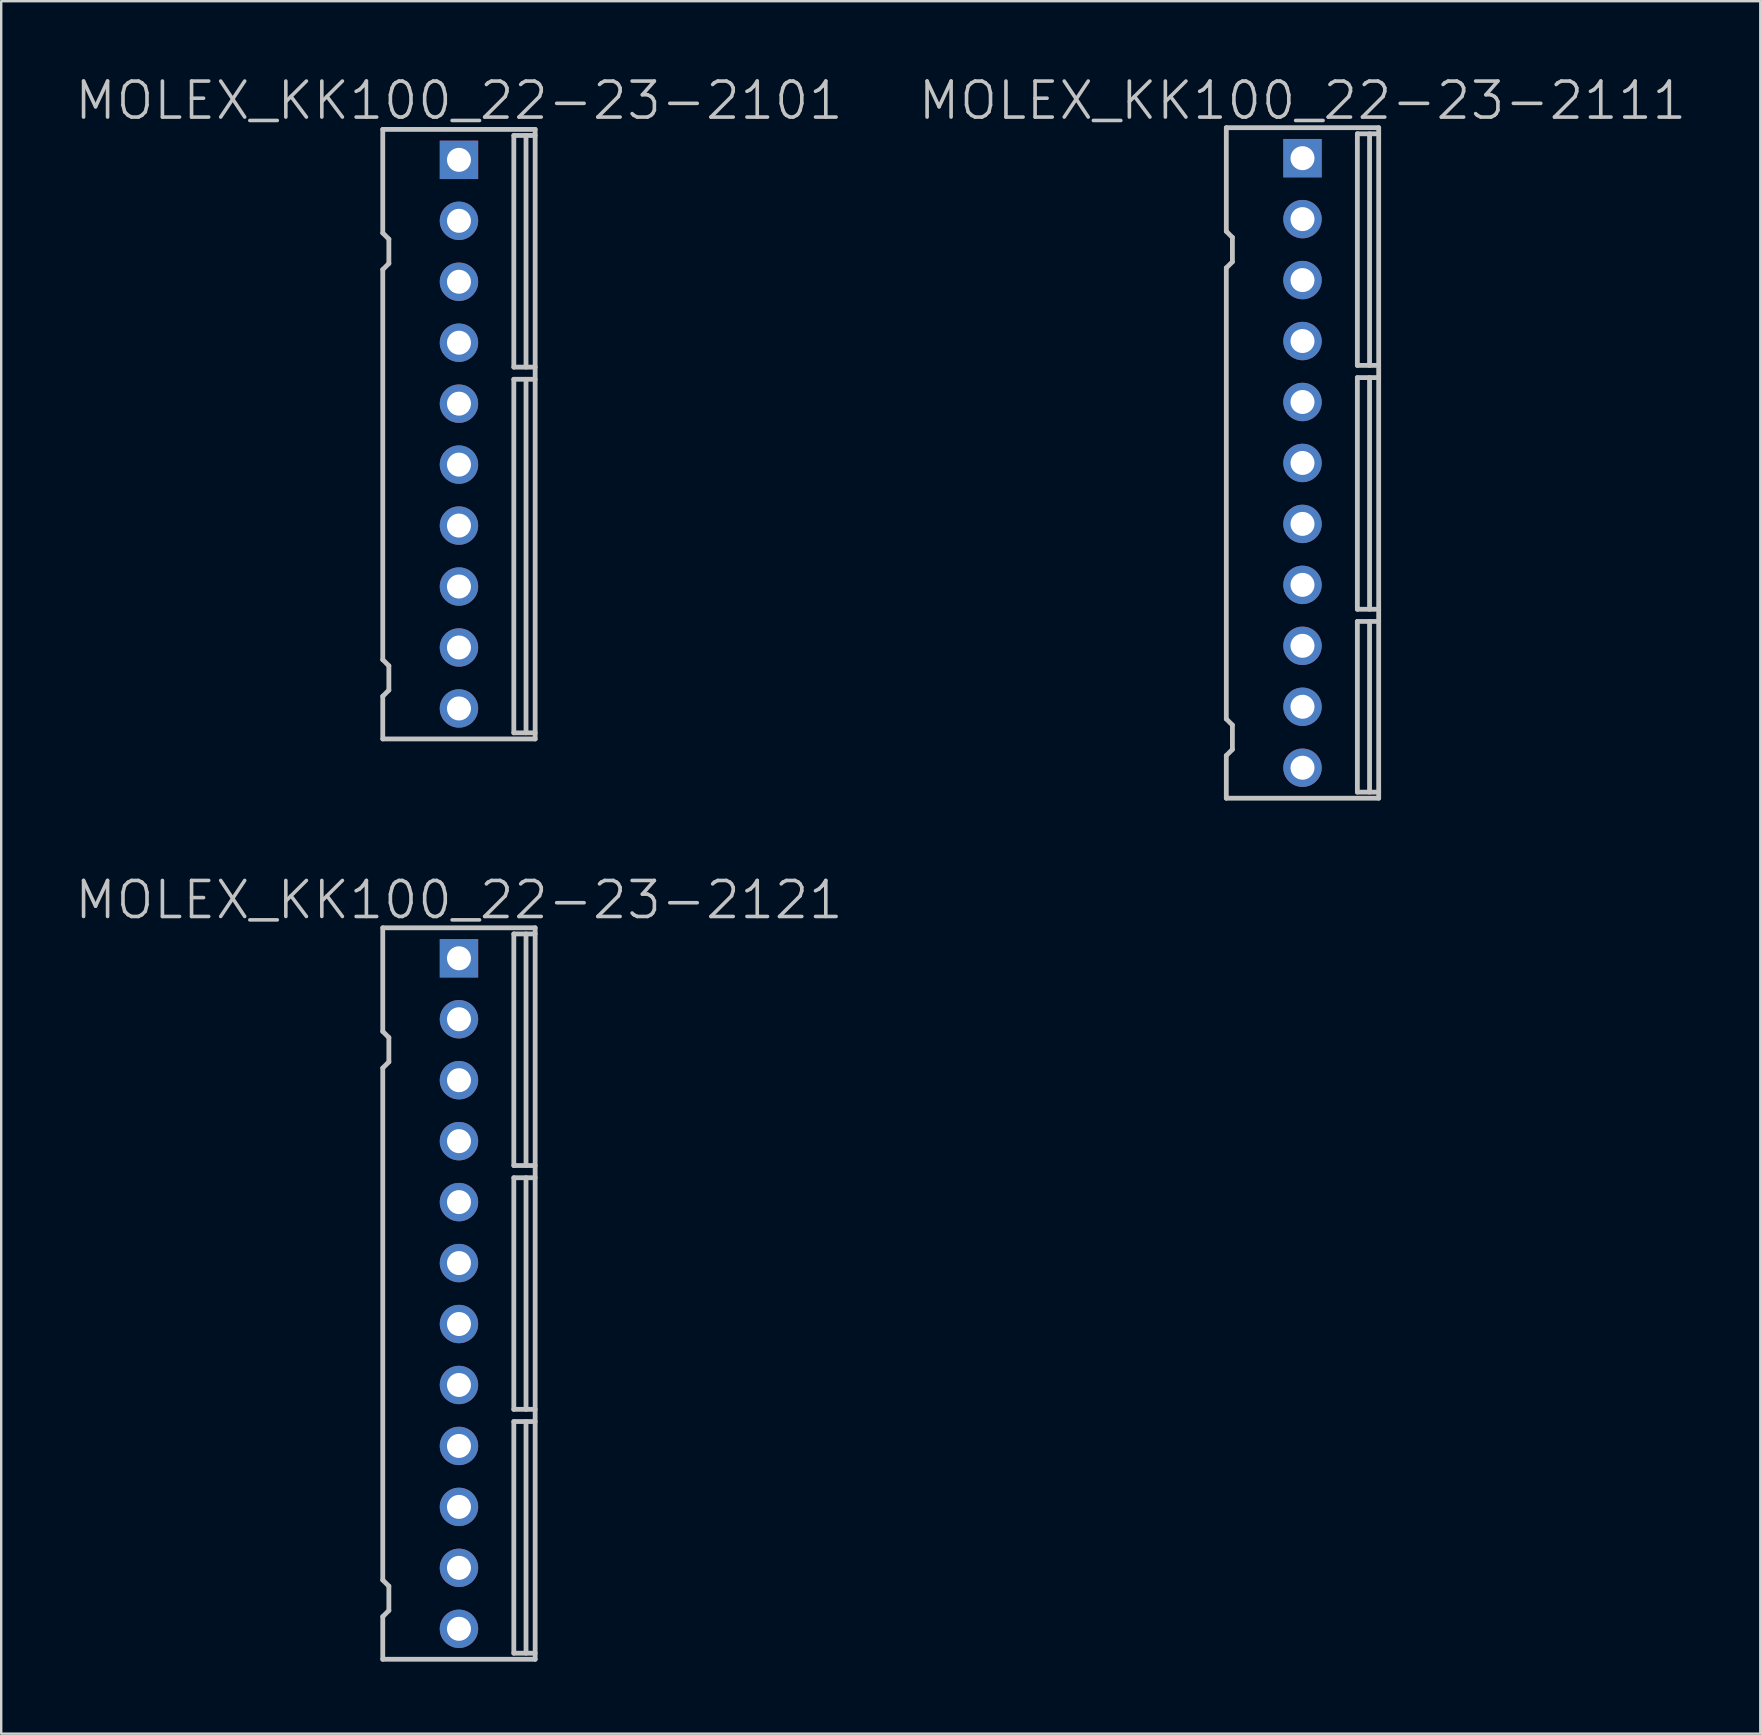
<source format=kicad_pcb>
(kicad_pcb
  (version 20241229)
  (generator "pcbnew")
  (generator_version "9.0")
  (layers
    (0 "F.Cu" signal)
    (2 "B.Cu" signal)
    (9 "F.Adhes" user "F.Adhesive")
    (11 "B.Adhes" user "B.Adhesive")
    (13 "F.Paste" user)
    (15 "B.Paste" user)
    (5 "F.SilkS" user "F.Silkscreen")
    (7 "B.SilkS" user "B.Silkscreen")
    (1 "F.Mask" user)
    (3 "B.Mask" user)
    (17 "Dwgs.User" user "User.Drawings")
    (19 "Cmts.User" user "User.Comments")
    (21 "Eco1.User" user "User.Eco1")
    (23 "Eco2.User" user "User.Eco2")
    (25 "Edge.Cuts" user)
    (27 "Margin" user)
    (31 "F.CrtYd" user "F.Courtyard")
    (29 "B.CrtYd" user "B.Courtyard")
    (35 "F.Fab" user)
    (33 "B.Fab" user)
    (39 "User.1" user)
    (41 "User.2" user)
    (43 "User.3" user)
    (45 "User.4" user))
  (footprint "MOLEX_KK100_22-23-2121"
    (layer "F.Cu")
    (at 16.075 50.852)
    (property "Reference" "MOLEX_KK100_22-23-2121" (at 0 -16.4 180) (layer "Dwgs.User") (effects (font (size 1.5 1.5) (thickness 0.15))))
    (attr through_hole)
    (fp_line (start -3.175 -15.24) (end 3.175 -15.24) (stroke (width 0.2) (type solid)) (layer "Dwgs.User"))
    (fp_line (start -3.175 -10.922) (end -3.175 -15.24) (stroke (width 0.2) (type solid)) (layer "Dwgs.User"))
    (fp_line (start -3.175 -9.398) (end -3.175 11.938) (stroke (width 0.2) (type solid)) (layer "Dwgs.User"))
    (fp_line (start -3.175 13.462) (end -3.175 15.24) (stroke (width 0.2) (type solid)) (layer "Dwgs.User"))
    (fp_line (start -2.921 -10.668) (end -3.175 -10.922) (stroke (width 0.2) (type solid)) (layer "Dwgs.User"))
    (fp_line (start -2.921 -10.668) (end -2.921 -9.652) (stroke (width 0.2) (type solid)) (layer "Dwgs.User"))
    (fp_line (start -2.921 -9.652) (end -3.175 -9.398) (stroke (width 0.2) (type solid)) (layer "Dwgs.User"))
    (fp_line (start -2.921 12.192) (end -3.175 11.938) (stroke (width 0.2) (type solid)) (layer "Dwgs.User"))
    (fp_line (start -2.921 12.192) (end -2.921 13.208) (stroke (width 0.2) (type solid)) (layer "Dwgs.User"))
    (fp_line (start -2.921 13.208) (end -3.175 13.462) (stroke (width 0.2) (type solid)) (layer "Dwgs.User"))
    (fp_line (start 2.286 -14.986) (end 3.175 -14.986) (stroke (width 0.2) (type solid)) (layer "Dwgs.User"))
    (fp_line (start 2.286 -5.334) (end 2.286 -14.986) (stroke (width 0.2) (type solid)) (layer "Dwgs.User"))
    (fp_line (start 2.286 -5.334) (end 3.175 -5.334) (stroke (width 0.2) (type solid)) (layer "Dwgs.User"))
    (fp_line (start 2.286 -4.826) (end 2.286 4.826) (stroke (width 0.2) (type solid)) (layer "Dwgs.User"))
    (fp_line (start 2.286 -4.826) (end 3.175 -4.826) (stroke (width 0.2) (type solid)) (layer "Dwgs.User"))
    (fp_line (start 2.286 4.826) (end 3.175 4.826) (stroke (width 0.2) (type solid)) (layer "Dwgs.User"))
    (fp_line (start 2.286 5.334) (end 2.286 14.986) (stroke (width 0.2) (type solid)) (layer "Dwgs.User"))
    (fp_line (start 2.286 5.334) (end 3.175 5.334) (stroke (width 0.2) (type solid)) (layer "Dwgs.User"))
    (fp_line (start 2.286 14.986) (end 3.175 14.986) (stroke (width 0.2) (type solid)) (layer "Dwgs.User"))
    (fp_line (start 2.794 -5.334) (end 2.794 -14.986) (stroke (width 0.2) (type solid)) (layer "Dwgs.User"))
    (fp_line (start 2.794 -4.826) (end 2.794 4.826) (stroke (width 0.2) (type solid)) (layer "Dwgs.User"))
    (fp_line (start 2.794 5.334) (end 2.794 14.986) (stroke (width 0.2) (type solid)) (layer "Dwgs.User"))
    (fp_line (start 3.175 15.24) (end -3.175 15.24) (stroke (width 0.2) (type solid)) (layer "Dwgs.User"))
    (fp_line (start 3.175 15.24) (end 3.175 -15.24) (stroke (width 0.2) (type solid)) (layer "Dwgs.User"))
    (pad "1" thru_hole rect (at 0 -13.97) (size 1.6 1.6) (drill 1) (layers "*.Cu" "*.Mask"))
    (pad "2" thru_hole circle (at 0 -11.43) (size 1.6 1.6) (drill 1) (layers "*.Cu" "*.Mask"))
    (pad "3" thru_hole circle (at 0 -8.89) (size 1.6 1.6) (drill 1) (layers "*.Cu" "*.Mask"))
    (pad "4" thru_hole circle (at 0 -6.35) (size 1.6 1.6) (drill 1) (layers "*.Cu" "*.Mask"))
    (pad "5" thru_hole circle (at 0 -3.81) (size 1.6 1.6) (drill 1) (layers "*.Cu" "*.Mask"))
    (pad "6" thru_hole circle (at 0 -1.27) (size 1.6 1.6) (drill 1) (layers "*.Cu" "*.Mask"))
    (pad "7" thru_hole circle (at 0 1.27) (size 1.6 1.6) (drill 1) (layers "*.Cu" "*.Mask"))
    (pad "8" thru_hole circle (at 0 3.81) (size 1.6 1.6) (drill 1) (layers "*.Cu" "*.Mask"))
    (pad "9" thru_hole circle (at 0 6.35) (size 1.6 1.6) (drill 1) (layers "*.Cu" "*.Mask"))
    (pad "10" thru_hole circle (at 0 8.89) (size 1.6 1.6) (drill 1) (layers "*.Cu" "*.Mask"))
    (pad "11" thru_hole circle (at 0 11.43) (size 1.6 1.6) (drill 1) (layers "*.Cu" "*.Mask"))
    (pad "12" thru_hole circle (at 0 13.97) (size 1.6 1.6) (drill 1) (layers "*.Cu" "*.Mask")))
  (footprint "MOLEX_KK100_22-23-2111"
    (layer "F.Cu")
    (at 51.225 16.241)
    (property "Reference" "MOLEX_KK100_22-23-2111" (at 0 -15.1 180) (layer "Dwgs.User") (effects (font (size 1.5 1.5) (thickness 0.15))))
    (attr through_hole)
    (fp_line (start -3.175 -13.97) (end 3.175 -13.97) (stroke (width 0.2) (type solid)) (layer "Dwgs.User"))
    (fp_line (start -3.175 -9.652) (end -3.175 -13.97) (stroke (width 0.2) (type solid)) (layer "Dwgs.User"))
    (fp_line (start -3.175 -8.128) (end -3.175 10.668) (stroke (width 0.2) (type solid)) (layer "Dwgs.User"))
    (fp_line (start -3.175 12.192) (end -3.175 13.97) (stroke (width 0.2) (type solid)) (layer "Dwgs.User"))
    (fp_line (start -2.921 -9.398) (end -3.175 -9.652) (stroke (width 0.2) (type solid)) (layer "Dwgs.User"))
    (fp_line (start -2.921 -9.398) (end -2.921 -8.382) (stroke (width 0.2) (type solid)) (layer "Dwgs.User"))
    (fp_line (start -2.921 -8.382) (end -3.175 -8.128) (stroke (width 0.2) (type solid)) (layer "Dwgs.User"))
    (fp_line (start -2.921 10.922) (end -3.175 10.668) (stroke (width 0.2) (type solid)) (layer "Dwgs.User"))
    (fp_line (start -2.921 10.922) (end -2.921 11.938) (stroke (width 0.2) (type solid)) (layer "Dwgs.User"))
    (fp_line (start -2.921 11.938) (end -3.175 12.192) (stroke (width 0.2) (type solid)) (layer "Dwgs.User"))
    (fp_line (start 2.286 -13.716) (end 3.175 -13.716) (stroke (width 0.2) (type solid)) (layer "Dwgs.User"))
    (fp_line (start 2.286 -4.064) (end 2.286 -13.716) (stroke (width 0.2) (type solid)) (layer "Dwgs.User"))
    (fp_line (start 2.286 -4.064) (end 3.175 -4.064) (stroke (width 0.2) (type solid)) (layer "Dwgs.User"))
    (fp_line (start 2.286 -3.556) (end 2.286 6.096) (stroke (width 0.2) (type solid)) (layer "Dwgs.User"))
    (fp_line (start 2.286 -3.556) (end 3.175 -3.556) (stroke (width 0.2) (type solid)) (layer "Dwgs.User"))
    (fp_line (start 2.286 6.096) (end 3.175 6.096) (stroke (width 0.2) (type solid)) (layer "Dwgs.User"))
    (fp_line (start 2.286 6.604) (end 2.286 13.716) (stroke (width 0.2) (type solid)) (layer "Dwgs.User"))
    (fp_line (start 2.286 6.604) (end 3.175 6.604) (stroke (width 0.2) (type solid)) (layer "Dwgs.User"))
    (fp_line (start 2.286 13.716) (end 3.175 13.716) (stroke (width 0.2) (type solid)) (layer "Dwgs.User"))
    (fp_line (start 2.794 -4.064) (end 2.794 -13.716) (stroke (width 0.2) (type solid)) (layer "Dwgs.User"))
    (fp_line (start 2.794 -3.556) (end 2.794 6.096) (stroke (width 0.2) (type solid)) (layer "Dwgs.User"))
    (fp_line (start 2.794 6.604) (end 2.794 13.716) (stroke (width 0.2) (type solid)) (layer "Dwgs.User"))
    (fp_line (start 3.175 -13.97) (end 3.175 13.97) (stroke (width 0.2) (type solid)) (layer "Dwgs.User"))
    (fp_line (start 3.175 13.97) (end -3.175 13.97) (stroke (width 0.2) (type solid)) (layer "Dwgs.User"))
    (pad "1" thru_hole rect (at 0 -12.7) (size 1.6 1.6) (drill 1) (layers "*.Cu" "*.Mask"))
    (pad "2" thru_hole circle (at 0 -10.16) (size 1.6 1.6) (drill 1) (layers "*.Cu" "*.Mask"))
    (pad "3" thru_hole circle (at 0 -7.62) (size 1.6 1.6) (drill 1) (layers "*.Cu" "*.Mask"))
    (pad "4" thru_hole circle (at 0 -5.08) (size 1.6 1.6) (drill 1) (layers "*.Cu" "*.Mask"))
    (pad "5" thru_hole circle (at 0 -2.54) (size 1.6 1.6) (drill 1) (layers "*.Cu" "*.Mask"))
    (pad "6" thru_hole circle (at 0 0) (size 1.6 1.6) (drill 1) (layers "*.Cu" "*.Mask"))
    (pad "7" thru_hole circle (at 0 2.54) (size 1.6 1.6) (drill 1) (layers "*.Cu" "*.Mask"))
    (pad "8" thru_hole circle (at 0 5.08) (size 1.6 1.6) (drill 1) (layers "*.Cu" "*.Mask"))
    (pad "9" thru_hole circle (at 0 7.62) (size 1.6 1.6) (drill 1) (layers "*.Cu" "*.Mask"))
    (pad "10" thru_hole circle (at 0 10.16) (size 1.6 1.6) (drill 1) (layers "*.Cu" "*.Mask"))
    (pad "11" thru_hole circle (at 0 12.7) (size 1.6 1.6) (drill 1) (layers "*.Cu" "*.Mask")))
  (footprint "MOLEX_KK100_22-23-2101"
    (layer "F.Cu")
    (at 16.075 15.041)
    (property "Reference" "MOLEX_KK100_22-23-2101" (at 0 -13.9 180) (layer "Dwgs.User") (effects (font (size 1.5 1.5) (thickness 0.15))))
    (attr through_hole)
    (fp_line (start -3.175 -12.7) (end 3.175 -12.7) (stroke (width 0.2) (type solid)) (layer "Dwgs.User"))
    (fp_line (start -3.175 -8.382) (end -3.175 -12.7) (stroke (width 0.2) (type solid)) (layer "Dwgs.User"))
    (fp_line (start -3.175 -6.858) (end -3.175 9.398) (stroke (width 0.2) (type solid)) (layer "Dwgs.User"))
    (fp_line (start -3.175 10.922) (end -3.175 12.7) (stroke (width 0.2) (type solid)) (layer "Dwgs.User"))
    (fp_line (start -2.921 -8.128) (end -3.175 -8.382) (stroke (width 0.2) (type solid)) (layer "Dwgs.User"))
    (fp_line (start -2.921 -8.128) (end -2.921 -7.112) (stroke (width 0.2) (type solid)) (layer "Dwgs.User"))
    (fp_line (start -2.921 -7.112) (end -3.175 -6.858) (stroke (width 0.2) (type solid)) (layer "Dwgs.User"))
    (fp_line (start -2.921 9.652) (end -3.175 9.398) (stroke (width 0.2) (type solid)) (layer "Dwgs.User"))
    (fp_line (start -2.921 9.652) (end -2.921 10.668) (stroke (width 0.2) (type solid)) (layer "Dwgs.User"))
    (fp_line (start -2.921 10.668) (end -3.175 10.922) (stroke (width 0.2) (type solid)) (layer "Dwgs.User"))
    (fp_line (start 2.286 -12.446) (end 3.175 -12.446) (stroke (width 0.2) (type solid)) (layer "Dwgs.User"))
    (fp_line (start 2.286 -2.794) (end 2.286 -12.446) (stroke (width 0.2) (type solid)) (layer "Dwgs.User"))
    (fp_line (start 2.286 -2.794) (end 3.175 -2.794) (stroke (width 0.2) (type solid)) (layer "Dwgs.User"))
    (fp_line (start 2.286 -2.286) (end 2.286 12.446) (stroke (width 0.2) (type solid)) (layer "Dwgs.User"))
    (fp_line (start 2.286 -2.286) (end 3.175 -2.286) (stroke (width 0.2) (type solid)) (layer "Dwgs.User"))
    (fp_line (start 2.286 12.446) (end 3.175 12.446) (stroke (width 0.2) (type solid)) (layer "Dwgs.User"))
    (fp_line (start 2.794 -2.794) (end 2.794 -12.446) (stroke (width 0.2) (type solid)) (layer "Dwgs.User"))
    (fp_line (start 2.794 -2.286) (end 2.794 12.446) (stroke (width 0.2) (type solid)) (layer "Dwgs.User"))
    (fp_line (start 3.175 -12.7) (end 3.175 12.7) (stroke (width 0.2) (type solid)) (layer "Dwgs.User"))
    (fp_line (start 3.175 12.7) (end -3.175 12.7) (stroke (width 0.2) (type solid)) (layer "Dwgs.User"))
    (pad "1" thru_hole rect (at 0 -11.43) (size 1.6 1.6) (drill 1) (layers "*.Cu" "*.Mask"))
    (pad "2" thru_hole circle (at 0 -8.89) (size 1.6 1.6) (drill 1) (layers "*.Cu" "*.Mask"))
    (pad "3" thru_hole circle (at 0 -6.35) (size 1.6 1.6) (drill 1) (layers "*.Cu" "*.Mask"))
    (pad "4" thru_hole circle (at 0 -3.81) (size 1.6 1.6) (drill 1) (layers "*.Cu" "*.Mask"))
    (pad "5" thru_hole circle (at 0 -1.27) (size 1.6 1.6) (drill 1) (layers "*.Cu" "*.Mask"))
    (pad "6" thru_hole circle (at 0 1.27) (size 1.6 1.6) (drill 1) (layers "*.Cu" "*.Mask"))
    (pad "7" thru_hole circle (at 0 3.81) (size 1.6 1.6) (drill 1) (layers "*.Cu" "*.Mask"))
    (pad "8" thru_hole circle (at 0 6.35) (size 1.6 1.6) (drill 1) (layers "*.Cu" "*.Mask"))
    (pad "9" thru_hole circle (at 0 8.89) (size 1.6 1.6) (drill 1) (layers "*.Cu" "*.Mask"))
    (pad "10" thru_hole circle (at 0 11.43) (size 1.6 1.6) (drill 1) (layers "*.Cu" "*.Mask")))
  (gr_rect
    (start -3 -3)
    (end 70.3 69.192)
    (stroke (width 0.1) (type default))
    (fill no)
    (layer "Edge.Cuts")))
</source>
